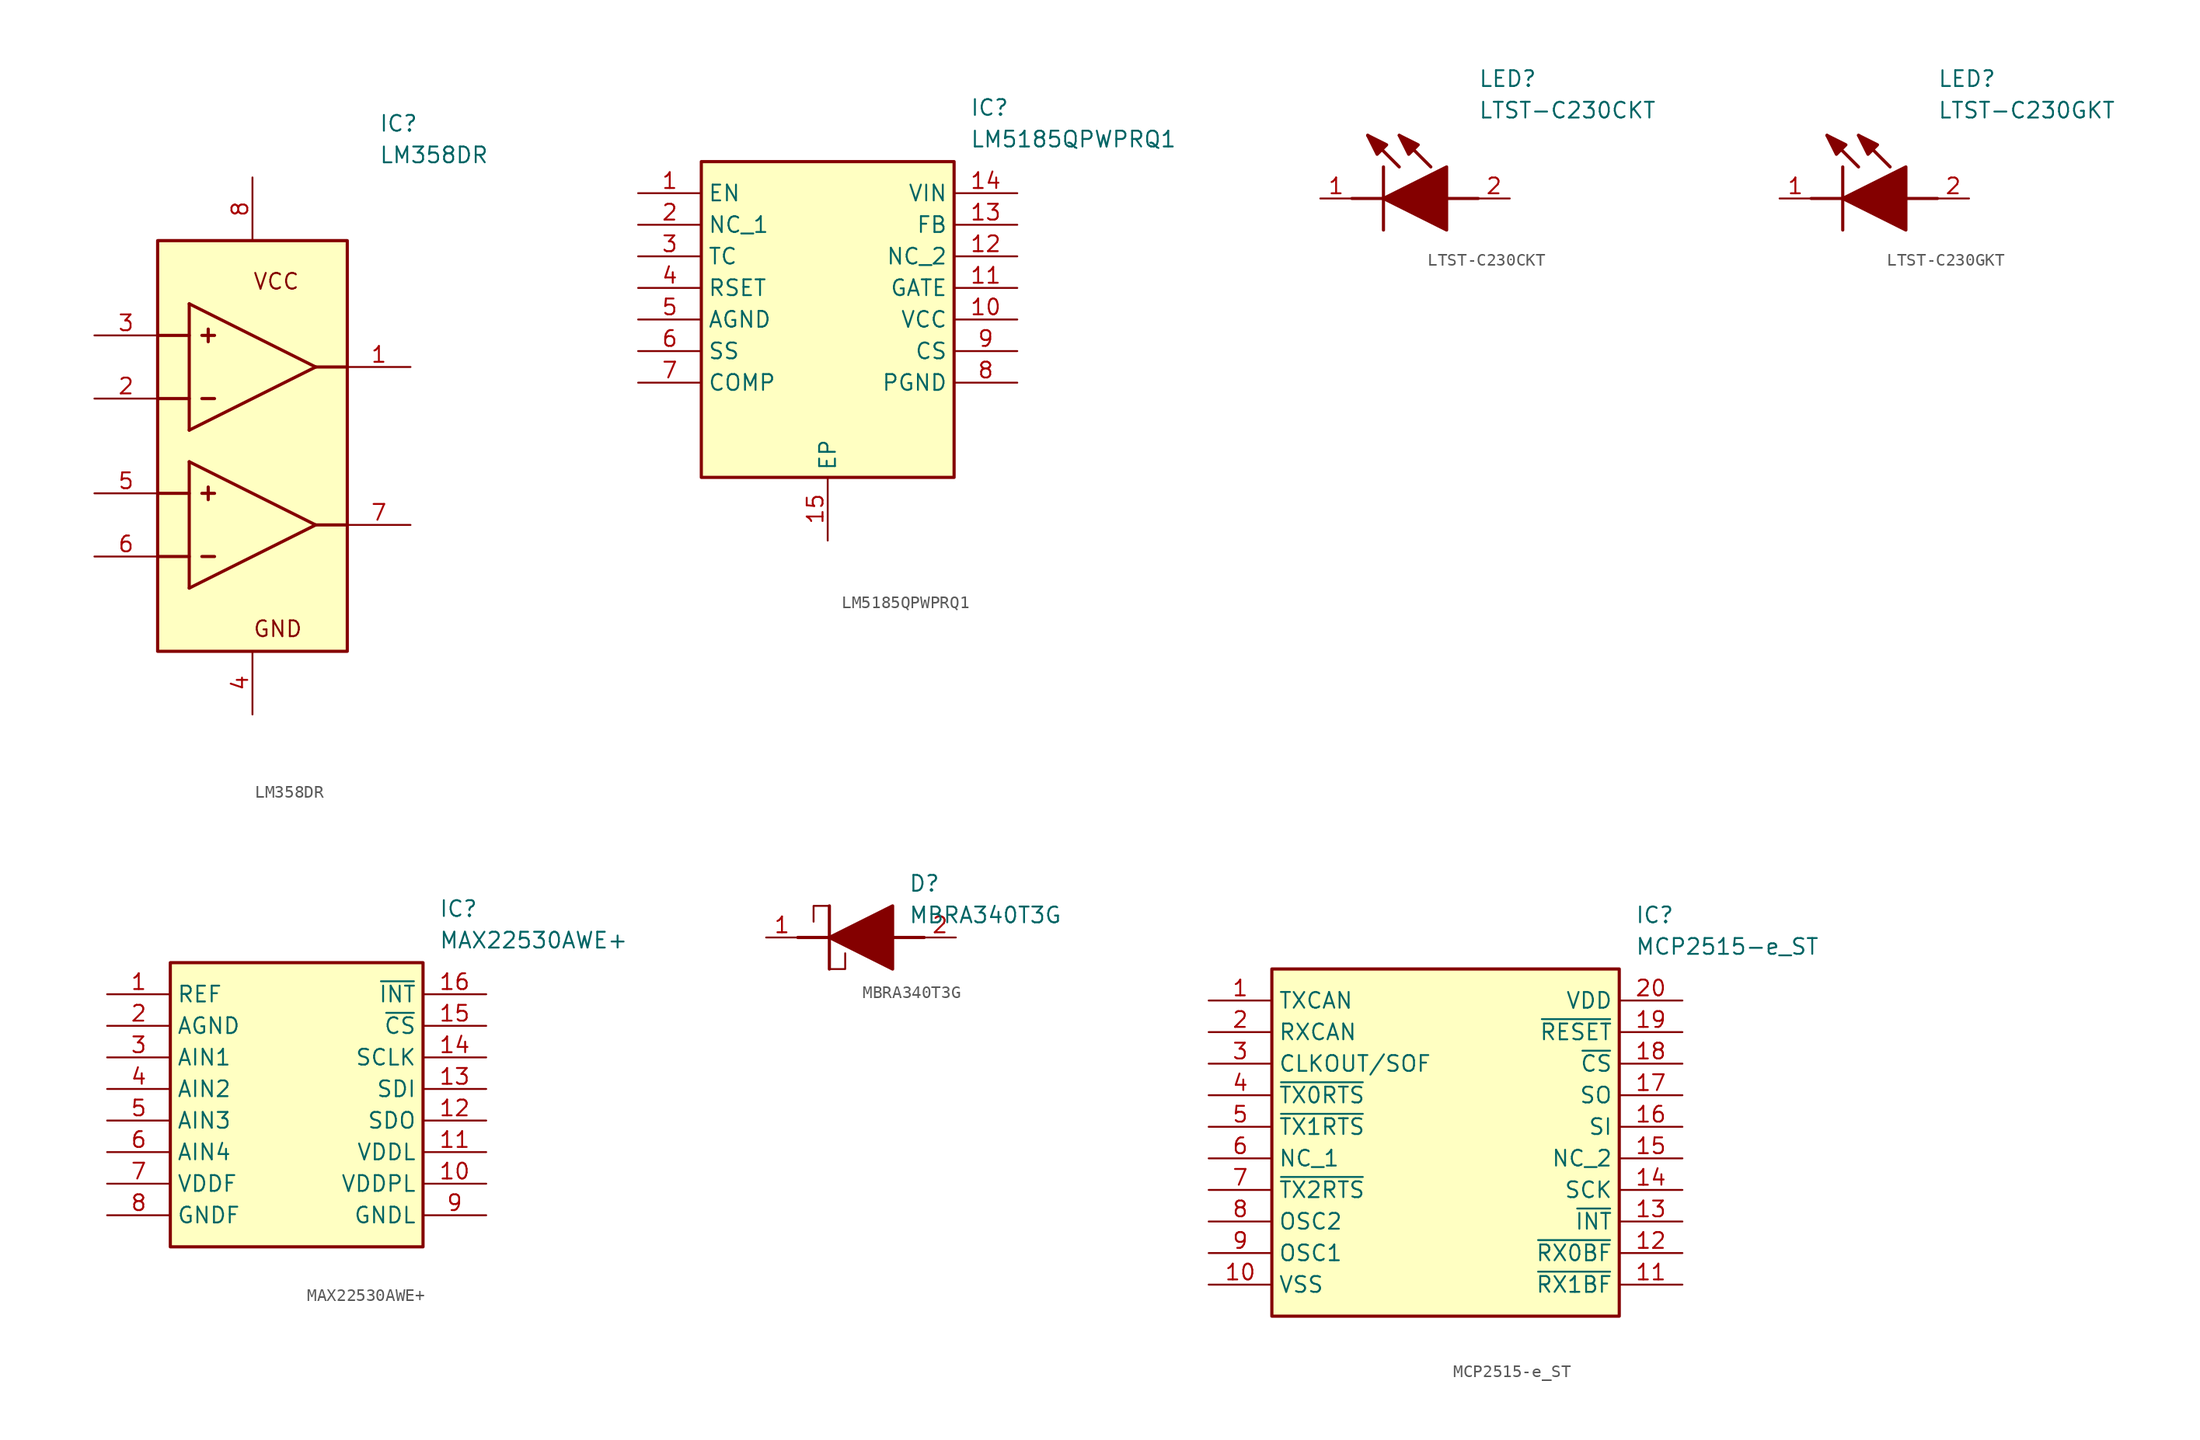
<source format=kicad_sym>
(kicad_symbol_lib
  (version 20241209)
  (generator "kicad_symbol_editor")
  (generator_version "9.0")
  (symbol "LM358DR"
    (pin_names
      (hide yes))
    (property "Reference" "IC"
      (at 22.86 17.78 0)
      (effects (font (size 1.27 1.27)) (justify left top)))
    (property "Value" "LM358DR"
      (at 22.86 15.24 0)
      (effects (font (size 1.27 1.27)) (justify left top)))
    (symbol "LM358DR_1_1"
      (rectangle (start 5.08 7.62) (end 20.32 -25.4) (stroke (width 0.254) (type default)) (fill (type background)))
      (polyline (pts (xy 5.08 0) (xy 7.62 0)) (stroke (width 0.254) (type default)) (fill (type none)))
      (polyline (pts (xy 5.08 -5.08) (xy 7.62 -5.08)) (stroke (width 0.254) (type default)) (fill (type none)))
      (polyline (pts (xy 5.08 -12.7) (xy 7.62 -12.7)) (stroke (width 0.254) (type default)) (fill (type none)))
      (polyline (pts (xy 5.08 -17.78) (xy 7.62 -17.78)) (stroke (width 0.254) (type default)) (fill (type none)))
      (polyline (pts (xy 7.62 -7.62) (xy 7.62 2.54)) (stroke (width 0.254) (type default)) (fill (type none)))
      (polyline (pts (xy 7.62 -10.16) (xy 7.62 -20.32)) (stroke (width 0.254) (type default)) (fill (type none)))
      (polyline (pts (xy 8.636 0) (xy 9.652 0)) (stroke (width 0.254) (type default)) (fill (type none)))
      (polyline (pts (xy 8.636 -5.08) (xy 9.652 -5.08)) (stroke (width 0.254) (type default)) (fill (type none)))
      (polyline (pts (xy 8.636 -12.7) (xy 9.652 -12.7)) (stroke (width 0.254) (type default)) (fill (type none)))
      (polyline (pts (xy 8.636 -17.78) (xy 9.652 -17.78)) (stroke (width 0.254) (type default)) (fill (type none)))
      (polyline (pts (xy 9.144 -0.508) (xy 9.144 0.508)) (stroke (width 0.254) (type default)) (fill (type none)))
      (polyline (pts (xy 9.144 -12.192) (xy 9.144 -13.208)) (stroke (width 0.254) (type default)) (fill (type none)))
      (polyline (pts (xy 17.78 -2.54) (xy 7.62 2.54)) (stroke (width 0.254) (type default)) (fill (type none)))
      (polyline (pts (xy 17.78 -2.54) (xy 7.62 -7.62)) (stroke (width 0.254) (type default)) (fill (type none)))
      (polyline (pts (xy 17.78 -2.54) (xy 20.32 -2.54)) (stroke (width 0.254) (type default)) (fill (type none)))
      (polyline (pts (xy 17.78 -15.24) (xy 7.62 -10.16)) (stroke (width 0.254) (type default)) (fill (type none)))
      (polyline (pts (xy 17.78 -15.24) (xy 7.62 -20.32)) (stroke (width 0.254) (type default)) (fill (type none)))
      (polyline (pts (xy 17.78 -15.24) (xy 20.32 -15.24)) (stroke (width 0.254) (type default)) (fill (type none)))
      (text "VCC" (at 12.7 5.08 0) (effects (font (size 1.27 1.27)) (justify left top)))
      (text "GND" (at 12.7 -22.86 0) (effects (font (size 1.27 1.27)) (justify left top)))
      (pin passive line (at 0 0 0) (length 5.08) (name "IN1+" (effects (font (size 1.27 1.27)))) (number "3" (effects (font (size 1.27 1.27)))))
      (pin passive line (at 0 -5.08 0) (length 5.08) (name "IN1-" (effects (font (size 1.27 1.27)))) (number "2" (effects (font (size 1.27 1.27)))))
      (pin passive line (at 0 -12.7 0) (length 5.08) (name "IN2+" (effects (font (size 1.27 1.27)))) (number "5" (effects (font (size 1.27 1.27)))))
      (pin passive line (at 0 -17.78 0) (length 5.08) (name "IN2-" (effects (font (size 1.27 1.27)))) (number "6" (effects (font (size 1.27 1.27)))))
      (pin passive line (at 12.7 12.7 270) (length 5.08) (name "V+" (effects (font (size 1.27 1.27)))) (number "8" (effects (font (size 1.27 1.27)))))
      (pin passive line (at 12.7 -30.48 90) (length 5.08) (name "V-" (effects (font (size 1.27 1.27)))) (number "4" (effects (font (size 1.27 1.27)))))
      (pin passive line (at 25.4 -2.54 180) (length 5.08) (name "OUT1" (effects (font (size 1.27 1.27)))) (number "1" (effects (font (size 1.27 1.27)))))
      (pin passive line (at 25.4 -15.24 180) (length 5.08) (name "OUT2" (effects (font (size 1.27 1.27)))) (number "7" (effects (font (size 1.27 1.27)))))))
  (symbol "LM5185QPWPRQ1"
    (property "Reference" "IC"
      (at 26.67 7.62 0)
      (effects (font (size 1.27 1.27)) (justify left top)))
    (property "Value" "LM5185QPWPRQ1"
      (at 26.67 5.08 0)
      (effects (font (size 1.27 1.27)) (justify left top)))
    (symbol "LM5185QPWPRQ1_1_1"
      (rectangle (start 5.08 2.54) (end 25.4 -22.86) (stroke (width 0.254) (type default)) (fill (type background)))
      (pin passive line (at 0 0 0) (length 5.08) (name "EN" (effects (font (size 1.27 1.27)))) (number "1" (effects (font (size 1.27 1.27)))))
      (pin passive line (at 0 -2.54 0) (length 5.08) (name "NC_1" (effects (font (size 1.27 1.27)))) (number "2" (effects (font (size 1.27 1.27)))))
      (pin passive line (at 0 -5.08 0) (length 5.08) (name "TC" (effects (font (size 1.27 1.27)))) (number "3" (effects (font (size 1.27 1.27)))))
      (pin passive line (at 0 -7.62 0) (length 5.08) (name "RSET" (effects (font (size 1.27 1.27)))) (number "4" (effects (font (size 1.27 1.27)))))
      (pin passive line (at 0 -10.16 0) (length 5.08) (name "AGND" (effects (font (size 1.27 1.27)))) (number "5" (effects (font (size 1.27 1.27)))))
      (pin passive line (at 0 -12.7 0) (length 5.08) (name "SS" (effects (font (size 1.27 1.27)))) (number "6" (effects (font (size 1.27 1.27)))))
      (pin passive line (at 0 -15.24 0) (length 5.08) (name "COMP" (effects (font (size 1.27 1.27)))) (number "7" (effects (font (size 1.27 1.27)))))
      (pin passive line (at 15.24 -27.94 90) (length 5.08) (name "EP" (effects (font (size 1.27 1.27)))) (number "15" (effects (font (size 1.27 1.27)))))
      (pin passive line (at 30.48 0 180) (length 5.08) (name "VIN" (effects (font (size 1.27 1.27)))) (number "14" (effects (font (size 1.27 1.27)))))
      (pin passive line (at 30.48 -2.54 180) (length 5.08) (name "FB" (effects (font (size 1.27 1.27)))) (number "13" (effects (font (size 1.27 1.27)))))
      (pin passive line (at 30.48 -5.08 180) (length 5.08) (name "NC_2" (effects (font (size 1.27 1.27)))) (number "12" (effects (font (size 1.27 1.27)))))
      (pin passive line (at 30.48 -7.62 180) (length 5.08) (name "GATE" (effects (font (size 1.27 1.27)))) (number "11" (effects (font (size 1.27 1.27)))))
      (pin passive line (at 30.48 -10.16 180) (length 5.08) (name "VCC" (effects (font (size 1.27 1.27)))) (number "10" (effects (font (size 1.27 1.27)))))
      (pin passive line (at 30.48 -12.7 180) (length 5.08) (name "CS" (effects (font (size 1.27 1.27)))) (number "9" (effects (font (size 1.27 1.27)))))
      (pin passive line (at 30.48 -15.24 180) (length 5.08) (name "PGND" (effects (font (size 1.27 1.27)))) (number "8" (effects (font (size 1.27 1.27)))))))
  (symbol "LTST-C230CKT"
    (pin_names
      (hide yes))
    (property "Reference" "LED"
      (at 12.7 8.89 0)
      (effects (font (size 1.27 1.27)) (justify left bottom)))
    (property "Value" "LTST-C230CKT"
      (at 12.7 6.35 0)
      (effects (font (size 1.27 1.27)) (justify left bottom)))
    (symbol "LTST-C230CKT_1_1"
      (polyline (pts (xy 2.54 0) (xy 5.08 0)) (stroke (width 0.254) (type default)) (fill (type none)))
      (polyline (pts (xy 5.08 2.54) (xy 5.08 -2.54)) (stroke (width 0.254) (type default)) (fill (type none)))
      (polyline (pts (xy 5.08 0) (xy 10.16 2.54) (xy 10.16 -2.54) (xy 5.08 0)) (stroke (width 0.254) (type default)) (fill (type outline)))
      (polyline (pts (xy 5.334 4.318) (xy 4.572 3.556) (xy 3.81 5.08) (xy 5.334 4.318)) (stroke (width 0.254) (type default)) (fill (type outline)))
      (polyline (pts (xy 6.35 2.54) (xy 3.81 5.08)) (stroke (width 0.254) (type default)) (fill (type none)))
      (polyline (pts (xy 7.874 4.318) (xy 7.112 3.556) (xy 6.35 5.08) (xy 7.874 4.318)) (stroke (width 0.254) (type default)) (fill (type outline)))
      (polyline (pts (xy 8.89 2.54) (xy 6.35 5.08)) (stroke (width 0.254) (type default)) (fill (type none)))
      (polyline (pts (xy 10.16 0) (xy 12.7 0)) (stroke (width 0.254) (type default)) (fill (type none)))
      (pin passive line (at 0 0 0) (length 2.54) (name "K" (effects (font (size 1.27 1.27)))) (number "1" (effects (font (size 1.27 1.27)))))
      (pin passive line (at 15.24 0 180) (length 2.54) (name "A" (effects (font (size 1.27 1.27)))) (number "2" (effects (font (size 1.27 1.27)))))))
  (symbol "LTST-C230GKT"
    (pin_names
      (hide yes))
    (property "Reference" "LED"
      (at 12.7 8.89 0)
      (effects (font (size 1.27 1.27)) (justify left bottom)))
    (property "Value" "LTST-C230GKT"
      (at 12.7 6.35 0)
      (effects (font (size 1.27 1.27)) (justify left bottom)))
    (symbol "LTST-C230GKT_1_1"
      (polyline (pts (xy 2.54 0) (xy 5.08 0)) (stroke (width 0.254) (type default)) (fill (type none)))
      (polyline (pts (xy 5.08 2.54) (xy 5.08 -2.54)) (stroke (width 0.254) (type default)) (fill (type none)))
      (polyline (pts (xy 5.08 0) (xy 10.16 2.54) (xy 10.16 -2.54) (xy 5.08 0)) (stroke (width 0.254) (type default)) (fill (type outline)))
      (polyline (pts (xy 5.334 4.318) (xy 4.572 3.556) (xy 3.81 5.08) (xy 5.334 4.318)) (stroke (width 0.254) (type default)) (fill (type outline)))
      (polyline (pts (xy 6.35 2.54) (xy 3.81 5.08)) (stroke (width 0.254) (type default)) (fill (type none)))
      (polyline (pts (xy 7.874 4.318) (xy 7.112 3.556) (xy 6.35 5.08) (xy 7.874 4.318)) (stroke (width 0.254) (type default)) (fill (type outline)))
      (polyline (pts (xy 8.89 2.54) (xy 6.35 5.08)) (stroke (width 0.254) (type default)) (fill (type none)))
      (polyline (pts (xy 10.16 0) (xy 12.7 0)) (stroke (width 0.254) (type default)) (fill (type none)))
      (pin passive line (at 0 0 0) (length 2.54) (name "K" (effects (font (size 1.27 1.27)))) (number "1" (effects (font (size 1.27 1.27)))))
      (pin passive line (at 15.24 0 180) (length 2.54) (name "A" (effects (font (size 1.27 1.27)))) (number "2" (effects (font (size 1.27 1.27)))))))
  (symbol "MAX22530AWE+"
    (property "Reference" "IC"
      (at 26.67 7.62 0)
      (effects (font (size 1.27 1.27)) (justify left top)))
    (property "Value" "MAX22530AWE+"
      (at 26.67 5.08 0)
      (effects (font (size 1.27 1.27)) (justify left top)))
    (symbol "MAX22530AWE+_1_1"
      (rectangle (start 5.08 2.54) (end 25.4 -20.32) (stroke (width 0.254) (type default)) (fill (type background)))
      (pin passive line (at 0 0 0) (length 5.08) (name "REF" (effects (font (size 1.27 1.27)))) (number "1" (effects (font (size 1.27 1.27)))))
      (pin passive line (at 0 -2.54 0) (length 5.08) (name "AGND" (effects (font (size 1.27 1.27)))) (number "2" (effects (font (size 1.27 1.27)))))
      (pin passive line (at 0 -5.08 0) (length 5.08) (name "AIN1" (effects (font (size 1.27 1.27)))) (number "3" (effects (font (size 1.27 1.27)))))
      (pin passive line (at 0 -7.62 0) (length 5.08) (name "AIN2" (effects (font (size 1.27 1.27)))) (number "4" (effects (font (size 1.27 1.27)))))
      (pin passive line (at 0 -10.16 0) (length 5.08) (name "AIN3" (effects (font (size 1.27 1.27)))) (number "5" (effects (font (size 1.27 1.27)))))
      (pin passive line (at 0 -12.7 0) (length 5.08) (name "AIN4" (effects (font (size 1.27 1.27)))) (number "6" (effects (font (size 1.27 1.27)))))
      (pin passive line (at 0 -15.24 0) (length 5.08) (name "VDDF" (effects (font (size 1.27 1.27)))) (number "7" (effects (font (size 1.27 1.27)))))
      (pin passive line (at 0 -17.78 0) (length 5.08) (name "GNDF" (effects (font (size 1.27 1.27)))) (number "8" (effects (font (size 1.27 1.27)))))
      (pin passive line (at 30.48 0 180) (length 5.08) (name "~{INT}" (effects (font (size 1.27 1.27)))) (number "16" (effects (font (size 1.27 1.27)))))
      (pin passive line (at 30.48 -2.54 180) (length 5.08) (name "~{CS}" (effects (font (size 1.27 1.27)))) (number "15" (effects (font (size 1.27 1.27)))))
      (pin passive line (at 30.48 -5.08 180) (length 5.08) (name "SCLK" (effects (font (size 1.27 1.27)))) (number "14" (effects (font (size 1.27 1.27)))))
      (pin passive line (at 30.48 -7.62 180) (length 5.08) (name "SDI" (effects (font (size 1.27 1.27)))) (number "13" (effects (font (size 1.27 1.27)))))
      (pin passive line (at 30.48 -10.16 180) (length 5.08) (name "SDO" (effects (font (size 1.27 1.27)))) (number "12" (effects (font (size 1.27 1.27)))))
      (pin passive line (at 30.48 -12.7 180) (length 5.08) (name "VDDL" (effects (font (size 1.27 1.27)))) (number "11" (effects (font (size 1.27 1.27)))))
      (pin passive line (at 30.48 -15.24 180) (length 5.08) (name "VDDPL" (effects (font (size 1.27 1.27)))) (number "10" (effects (font (size 1.27 1.27)))))
      (pin passive line (at 30.48 -17.78 180) (length 5.08) (name "GNDL" (effects (font (size 1.27 1.27)))) (number "9" (effects (font (size 1.27 1.27)))))))
  (symbol "MBRA340T3G"
    (pin_names
      (hide yes))
    (property "Reference" "D"
      (at 11.43 5.08 0)
      (effects (font (size 1.27 1.27)) (justify left top)))
    (property "Value" "MBRA340T3G"
      (at 11.43 2.54 0)
      (effects (font (size 1.27 1.27)) (justify left top)))
    (symbol "MBRA340T3G_0_1"
      (polyline (pts (xy 5.08 2.54) (xy 3.81 2.54) (xy 3.81 1.27)) (stroke (width 0) (type default)) (fill (type none)))
      (polyline (pts (xy 5.08 -2.54) (xy 6.35 -2.54) (xy 6.35 -1.27)) (stroke (width 0) (type default)) (fill (type none))))
    (symbol "MBRA340T3G_1_1"
      (polyline (pts (xy 2.54 0) (xy 5.08 0)) (stroke (width 0.254) (type default)) (fill (type none)))
      (polyline (pts (xy 5.08 2.54) (xy 5.08 -2.54)) (stroke (width 0.254) (type default)) (fill (type none)))
      (polyline (pts (xy 5.08 0) (xy 10.16 2.54) (xy 10.16 -2.54) (xy 5.08 0)) (stroke (width 0.254) (type default)) (fill (type outline)))
      (polyline (pts (xy 10.16 0) (xy 12.7 0)) (stroke (width 0.254) (type default)) (fill (type none)))
      (pin passive line (at 0 0 0) (length 2.54) (name "K" (effects (font (size 1.27 1.27)))) (number "1" (effects (font (size 1.27 1.27)))))
      (pin passive line (at 15.24 0 180) (length 2.54) (name "A" (effects (font (size 1.27 1.27)))) (number "2" (effects (font (size 1.27 1.27)))))))
  (symbol "MCP2515-e_ST"
    (property "Reference" "IC"
      (at 34.29 7.62 0)
      (effects (font (size 1.27 1.27)) (justify left top)))
    (property "Value" "MCP2515-e_ST"
      (at 34.29 5.08 0)
      (effects (font (size 1.27 1.27)) (justify left top)))
    (symbol "MCP2515-e_ST_1_1"
      (rectangle (start 5.08 2.54) (end 33.02 -25.4) (stroke (width 0.254) (type default)) (fill (type background)))
      (pin passive line (at 0 0 0) (length 5.08) (name "TXCAN" (effects (font (size 1.27 1.27)))) (number "1" (effects (font (size 1.27 1.27)))))
      (pin passive line (at 0 -2.54 0) (length 5.08) (name "RXCAN" (effects (font (size 1.27 1.27)))) (number "2" (effects (font (size 1.27 1.27)))))
      (pin passive line (at 0 -5.08 0) (length 5.08) (name "CLKOUT/SOF" (effects (font (size 1.27 1.27)))) (number "3" (effects (font (size 1.27 1.27)))))
      (pin passive line (at 0 -7.62 0) (length 5.08) (name "~{TX0RTS}" (effects (font (size 1.27 1.27)))) (number "4" (effects (font (size 1.27 1.27)))))
      (pin passive line (at 0 -10.16 0) (length 5.08) (name "~{TX1RTS}" (effects (font (size 1.27 1.27)))) (number "5" (effects (font (size 1.27 1.27)))))
      (pin passive line (at 0 -12.7 0) (length 5.08) (name "NC_1" (effects (font (size 1.27 1.27)))) (number "6" (effects (font (size 1.27 1.27)))))
      (pin passive line (at 0 -15.24 0) (length 5.08) (name "~{TX2RTS}" (effects (font (size 1.27 1.27)))) (number "7" (effects (font (size 1.27 1.27)))))
      (pin passive line (at 0 -17.78 0) (length 5.08) (name "OSC2" (effects (font (size 1.27 1.27)))) (number "8" (effects (font (size 1.27 1.27)))))
      (pin passive line (at 0 -20.32 0) (length 5.08) (name "OSC1" (effects (font (size 1.27 1.27)))) (number "9" (effects (font (size 1.27 1.27)))))
      (pin passive line (at 0 -22.86 0) (length 5.08) (name "VSS" (effects (font (size 1.27 1.27)))) (number "10" (effects (font (size 1.27 1.27)))))
      (pin passive line (at 38.1 0 180) (length 5.08) (name "VDD" (effects (font (size 1.27 1.27)))) (number "20" (effects (font (size 1.27 1.27)))))
      (pin passive line (at 38.1 -2.54 180) (length 5.08) (name "~{RESET}" (effects (font (size 1.27 1.27)))) (number "19" (effects (font (size 1.27 1.27)))))
      (pin passive line (at 38.1 -5.08 180) (length 5.08) (name "~{CS}" (effects (font (size 1.27 1.27)))) (number "18" (effects (font (size 1.27 1.27)))))
      (pin passive line (at 38.1 -7.62 180) (length 5.08) (name "SO" (effects (font (size 1.27 1.27)))) (number "17" (effects (font (size 1.27 1.27)))))
      (pin passive line (at 38.1 -10.16 180) (length 5.08) (name "SI" (effects (font (size 1.27 1.27)))) (number "16" (effects (font (size 1.27 1.27)))))
      (pin passive line (at 38.1 -12.7 180) (length 5.08) (name "NC_2" (effects (font (size 1.27 1.27)))) (number "15" (effects (font (size 1.27 1.27)))))
      (pin passive line (at 38.1 -15.24 180) (length 5.08) (name "SCK" (effects (font (size 1.27 1.27)))) (number "14" (effects (font (size 1.27 1.27)))))
      (pin passive line (at 38.1 -17.78 180) (length 5.08) (name "~{INT}" (effects (font (size 1.27 1.27)))) (number "13" (effects (font (size 1.27 1.27)))))
      (pin passive line (at 38.1 -20.32 180) (length 5.08) (name "~{RX0BF}" (effects (font (size 1.27 1.27)))) (number "12" (effects (font (size 1.27 1.27)))))
      (pin passive line (at 38.1 -22.86 180) (length 5.08) (name "~{RX1BF}" (effects (font (size 1.27 1.27)))) (number "11" (effects (font (size 1.27 1.27))))))))
</source>
